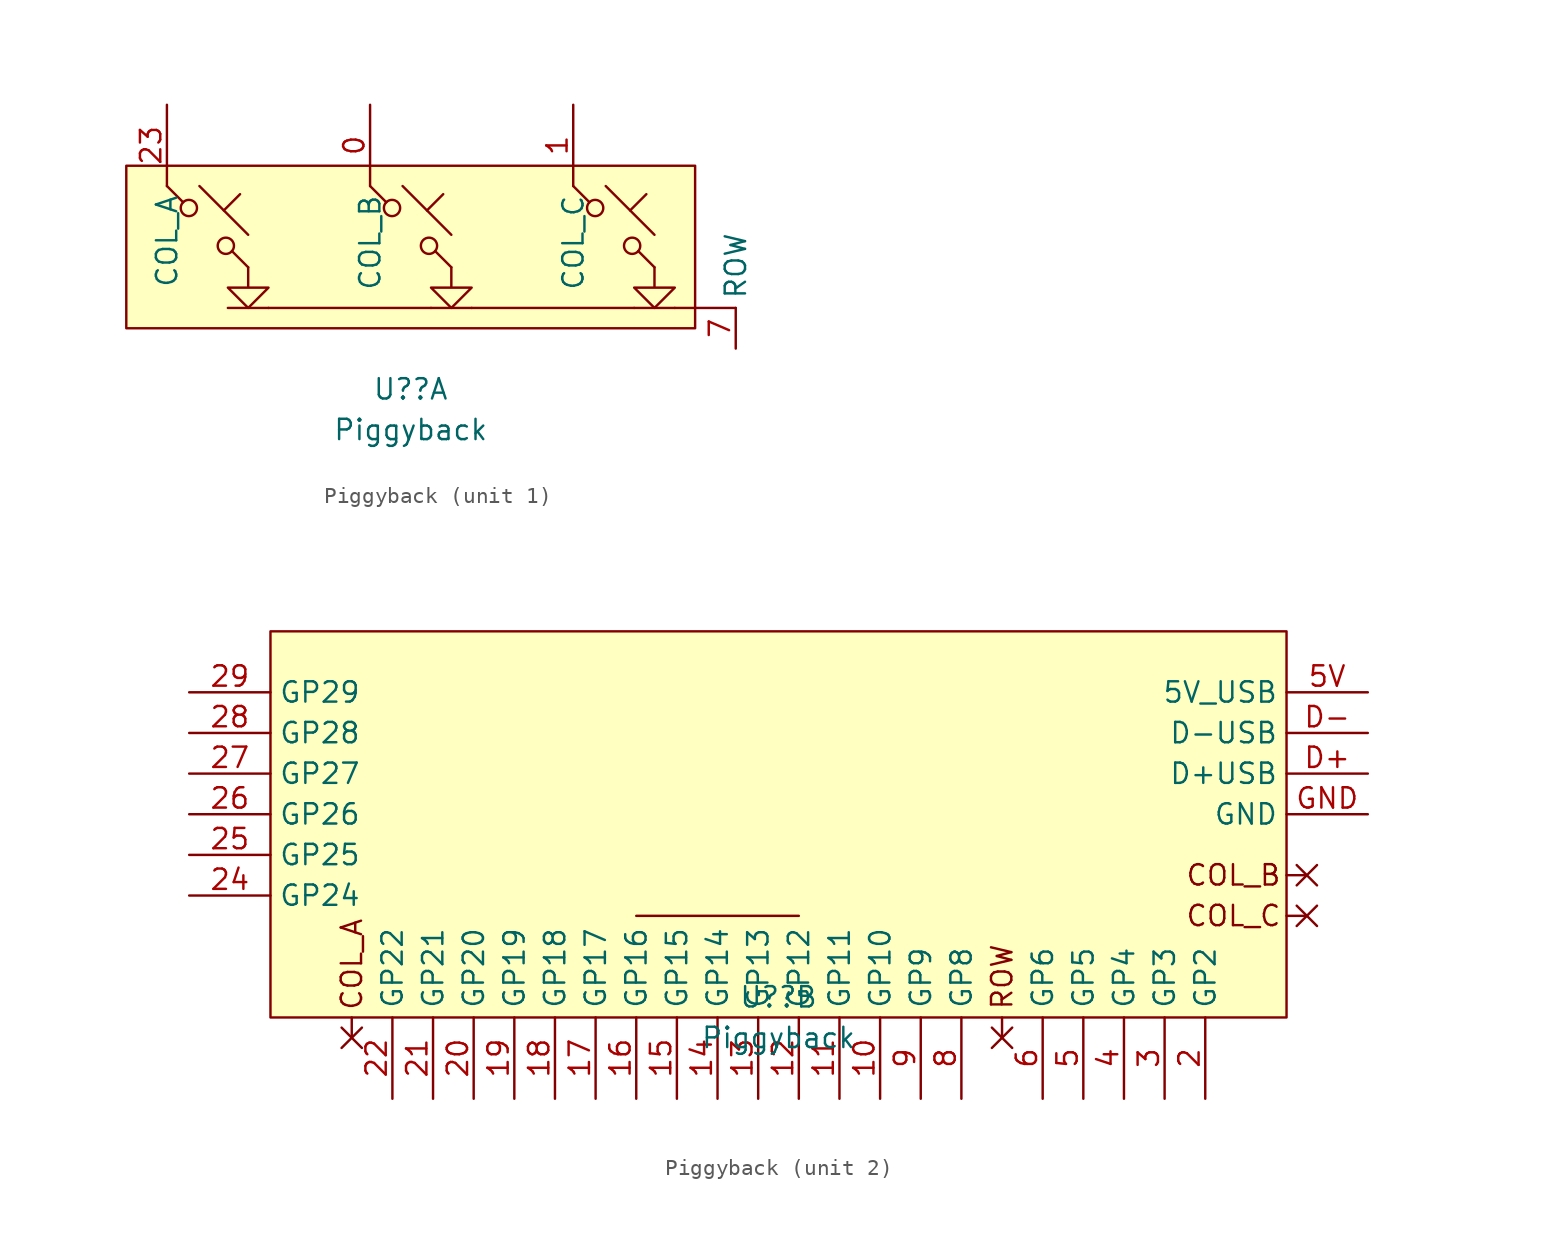
<source format=kicad_sym>
(kicad_symbol_lib
  (version 20211014)
  (generator kicad_symbol_editor)
  (symbol "Piggyback"
    (property "Reference" "U?"
      (at 0 -10.16 0)
      (effects (font (size 1.27 1.27))))
    (property "Value" "Piggyback"
      (at 0 -12.7 0)
      (effects (font (size 1.27 1.27))))
    (property "ki_locked" ""
      (at 0 0 0)
      (effects (font (size 1.27 1.27))))
    (symbol "Piggyback_0_1"
      (polyline (pts (xy -8.89 -5.08) (xy 1.27 -5.08)) (stroke (width 0) (type default) (color 0 0 0 0)) (fill (type none))))
    (symbol "Piggyback_1_1"
      (rectangle (start -17.78 3.81) (end 17.78 -6.35) (stroke (width 0) (type default) (color 0 0 0 0)) (fill (type background)))
      (circle (center -13.868 1.168) (radius 0.508) (stroke (width 0) (type default) (color 0 0 0 0)) (fill (type none)))
      (circle (center -11.557 -1.194) (radius 0.508) (stroke (width 0) (type default) (color 0 0 0 0)) (fill (type none)))
      (circle (center -1.168 1.168) (radius 0.508) (stroke (width 0) (type default) (color 0 0 0 0)) (fill (type none)))
      (polyline (pts (xy -13.208 2.54) (xy -10.16 -0.508)) (stroke (width 0) (type default) (color 0 0 0 0)) (fill (type none)))
      (polyline (pts (xy -11.684 1.016) (xy -10.668 2.032)) (stroke (width 0) (type default) (color 0 0 0 0)) (fill (type none)))
      (polyline (pts (xy -11.43 -5.08) (xy -8.89 -5.08)) (stroke (width 0) (type default) (color 0 0 0 0)) (fill (type none)))
      (polyline (pts (xy -0.508 2.54) (xy 2.54 -0.508)) (stroke (width 0) (type default) (color 0 0 0 0)) (fill (type none)))
      (polyline (pts (xy 1.016 1.016) (xy 2.032 2.032)) (stroke (width 0) (type default) (color 0 0 0 0)) (fill (type none)))
      (polyline (pts (xy 1.27 -5.08) (xy 3.81 -5.08)) (stroke (width 0) (type default) (color 0 0 0 0)) (fill (type none)))
      (polyline (pts (xy 3.81 -5.08) (xy 13.97 -5.08)) (stroke (width 0) (type default) (color 0 0 0 0)) (fill (type none)))
      (polyline (pts (xy 12.192 2.54) (xy 15.24 -0.508)) (stroke (width 0) (type default) (color 0 0 0 0)) (fill (type none)))
      (polyline (pts (xy 13.716 1.016) (xy 14.732 2.032)) (stroke (width 0) (type default) (color 0 0 0 0)) (fill (type none)))
      (polyline (pts (xy 13.97 -5.08) (xy 16.51 -5.08)) (stroke (width 0) (type default) (color 0 0 0 0)) (fill (type none)))
      (polyline (pts (xy 16.51 -5.08) (xy 17.78 -5.08)) (stroke (width 0) (type default) (color 0 0 0 0)) (fill (type none)))
      (polyline (pts (xy 20.32 -5.08) (xy 17.78 -5.08)) (stroke (width 0) (type default) (color 0 0 0 0)) (fill (type none)))
      (polyline (pts (xy -15.24 2.54) (xy -14.224 1.524) (xy -14.224 1.524)) (stroke (width 0) (type default) (color 0 0 0 0)) (fill (type none)))
      (polyline (pts (xy -2.54 2.54) (xy -1.524 1.524) (xy -1.524 1.524)) (stroke (width 0) (type default) (color 0 0 0 0)) (fill (type none)))
      (polyline (pts (xy 10.16 2.54) (xy 11.176 1.524) (xy 11.176 1.524)) (stroke (width 0) (type default) (color 0 0 0 0)) (fill (type none)))
      (polyline (pts (xy -11.176 -1.524) (xy -10.16 -2.54) (xy -10.16 -2.54) (xy -10.16 -2.54)) (stroke (width 0) (type default) (color 0 0 0 0)) (fill (type none)))
      (polyline (pts (xy 1.524 -1.524) (xy 2.54 -2.54) (xy 2.54 -2.54) (xy 2.54 -2.54)) (stroke (width 0) (type default) (color 0 0 0 0)) (fill (type none)))
      (polyline (pts (xy 14.224 -1.524) (xy 15.24 -2.54) (xy 15.24 -2.54) (xy 15.24 -2.54)) (stroke (width 0) (type default) (color 0 0 0 0)) (fill (type none)))
      (polyline (pts (xy -10.16 -2.54) (xy -10.16 -3.81) (xy -11.43 -3.81) (xy -10.16 -5.08) (xy -8.89 -3.81) (xy -10.16 -3.81)) (stroke (width 0) (type default) (color 0 0 0 0)) (fill (type none)))
      (polyline (pts (xy 2.54 -2.54) (xy 2.54 -3.81) (xy 1.27 -3.81) (xy 2.54 -5.08) (xy 3.81 -3.81) (xy 2.54 -3.81)) (stroke (width 0) (type default) (color 0 0 0 0)) (fill (type none)))
      (polyline (pts (xy 15.24 -2.54) (xy 15.24 -3.81) (xy 13.97 -3.81) (xy 15.24 -5.08) (xy 16.51 -3.81) (xy 15.24 -3.81)) (stroke (width 0) (type default) (color 0 0 0 0)) (fill (type none)))
      (circle (center 1.143 -1.194) (radius 0.508) (stroke (width 0) (type default) (color 0 0 0 0)) (fill (type none)))
      (circle (center 11.532 1.168) (radius 0.508) (stroke (width 0) (type default) (color 0 0 0 0)) (fill (type none)))
      (circle (center 13.843 -1.194) (radius 0.508) (stroke (width 0) (type default) (color 0 0 0 0)) (fill (type none)))
      (pin bidirectional line (at -2.54 7.62 270) (length 5.08) (name "COL_B" (effects (font (size 1.27 1.27)))) (number "0" (effects (font (size 1.27 1.27)))))
      (pin bidirectional line (at 10.16 7.62 270) (length 5.08) (name "COL_C" (effects (font (size 1.27 1.27)))) (number "1" (effects (font (size 1.27 1.27)))))
      (pin bidirectional line (at -15.24 7.62 270) (length 5.08) (name "COL_A" (effects (font (size 1.27 1.27)))) (number "23" (effects (font (size 1.27 1.27)))))
      (pin bidirectional line (at 20.32 -7.62 90) (length 2.54) (name "ROW" (effects (font (size 1.27 1.27)))) (number "7" (effects (font (size 1.27 1.27))))))
    (symbol "Piggyback_2_0"
      (polyline (pts (xy -27.305 -13.335) (xy -26.035 -12.065)) (stroke (width 0) (type default) (color 0 0 0 0)) (fill (type none)))
      (polyline (pts (xy -27.305 -12.065) (xy -26.035 -13.335)) (stroke (width 0) (type default) (color 0 0 0 0)) (fill (type none)))
      (polyline (pts (xy -26.67 -11.43) (xy -26.67 -12.7)) (stroke (width 0) (type default) (color 0 0 0 0)) (fill (type none)))
      (polyline (pts (xy 13.335 -13.335) (xy 14.605 -12.065)) (stroke (width 0) (type default) (color 0 0 0 0)) (fill (type none)))
      (polyline (pts (xy 13.335 -12.065) (xy 14.605 -13.335)) (stroke (width 0) (type default) (color 0 0 0 0)) (fill (type none)))
      (polyline (pts (xy 13.97 -12.7) (xy 13.97 -11.43)) (stroke (width 0) (type default) (color 0 0 0 0)) (fill (type none)))
      (polyline (pts (xy 31.75 -5.08) (xy 33.02 -5.08)) (stroke (width 0) (type default) (color 0 0 0 0)) (fill (type background)))
      (polyline (pts (xy 31.75 -2.54) (xy 33.02 -2.54)) (stroke (width 0) (type default) (color 0 0 0 0)) (fill (type none)))
      (polyline (pts (xy 32.385 -5.715) (xy 33.655 -4.445)) (stroke (width 0) (type default) (color 0 0 0 0)) (fill (type none)))
      (polyline (pts (xy 32.385 -4.445) (xy 33.655 -5.715)) (stroke (width 0) (type default) (color 0 0 0 0)) (fill (type none)))
      (polyline (pts (xy 32.385 -3.175) (xy 33.655 -1.905)) (stroke (width 0) (type default) (color 0 0 0 0)) (fill (type none)))
      (polyline (pts (xy 32.385 -1.905) (xy 33.655 -3.175)) (stroke (width 0) (type default) (color 0 0 0 0)) (fill (type none)))
      (text "COL_A " (at -26.67 -7.62 900) (effects (font (size 1.27 1.27))))
      (text "COL_B" (at 25.4 -2.54 0) (effects (font (size 1.27 1.27)) (justify left)))
      (text "COL_C" (at 25.4 -5.08 0) (effects (font (size 1.27 1.27)) (justify left)))
      (text "ROW" (at 13.97 -8.89 900) (effects (font (size 1.27 1.27)))))
    (symbol "Piggyback_2_1"
      (rectangle (start -31.75 12.7) (end 31.75 -11.43) (stroke (width 0) (type default) (color 0 0 0 0)) (fill (type background)))
      (pin bidirectional line (at 6.35 -16.51 90) (length 5.08) (name "GP10" (effects (font (size 1.27 1.27)))) (number "10" (effects (font (size 1.27 1.27)))))
      (pin bidirectional line (at 3.81 -16.51 90) (length 5.08) (name "GP11" (effects (font (size 1.27 1.27)))) (number "11" (effects (font (size 1.27 1.27)))))
      (pin bidirectional line (at 1.27 -16.51 90) (length 5.08) (name "GP12" (effects (font (size 1.27 1.27)))) (number "12" (effects (font (size 1.27 1.27)))))
      (pin bidirectional line (at -1.27 -16.51 90) (length 5.08) (name "GP13" (effects (font (size 1.27 1.27)))) (number "13" (effects (font (size 1.27 1.27)))))
      (pin bidirectional line (at -3.81 -16.51 90) (length 5.08) (name "GP14" (effects (font (size 1.27 1.27)))) (number "14" (effects (font (size 1.27 1.27)))))
      (pin bidirectional line (at -6.35 -16.51 90) (length 5.08) (name "GP15" (effects (font (size 1.27 1.27)))) (number "15" (effects (font (size 1.27 1.27)))))
      (pin bidirectional line (at -8.89 -16.51 90) (length 5.08) (name "GP16" (effects (font (size 1.27 1.27)))) (number "16" (effects (font (size 1.27 1.27)))))
      (pin bidirectional line (at -11.43 -16.51 90) (length 5.08) (name "GP17" (effects (font (size 1.27 1.27)))) (number "17" (effects (font (size 1.27 1.27)))))
      (pin bidirectional line (at -13.97 -16.51 90) (length 5.08) (name "GP18" (effects (font (size 1.27 1.27)))) (number "18" (effects (font (size 1.27 1.27)))))
      (pin bidirectional line (at -16.51 -16.51 90) (length 5.08) (name "GP19" (effects (font (size 1.27 1.27)))) (number "19" (effects (font (size 1.27 1.27)))))
      (pin bidirectional line (at 26.67 -16.51 90) (length 5.08) (name "GP2" (effects (font (size 1.27 1.27)))) (number "2" (effects (font (size 1.27 1.27)))))
      (pin bidirectional line (at -19.05 -16.51 90) (length 5.08) (name "GP20" (effects (font (size 1.27 1.27)))) (number "20" (effects (font (size 1.27 1.27)))))
      (pin bidirectional line (at -21.59 -16.51 90) (length 5.08) (name "GP21" (effects (font (size 1.27 1.27)))) (number "21" (effects (font (size 1.27 1.27)))))
      (pin bidirectional line (at -24.13 -16.51 90) (length 5.08) (name "GP22" (effects (font (size 1.27 1.27)))) (number "22" (effects (font (size 1.27 1.27)))))
      (pin bidirectional line (at -36.83 -3.81 0) (length 5.08) (name "GP24" (effects (font (size 1.27 1.27)))) (number "24" (effects (font (size 1.27 1.27)))))
      (pin bidirectional line (at -36.83 -1.27 0) (length 5.08) (name "GP25" (effects (font (size 1.27 1.27)))) (number "25" (effects (font (size 1.27 1.27)))))
      (pin bidirectional line (at -36.83 1.27 0) (length 5.08) (name "GP26" (effects (font (size 1.27 1.27)))) (number "26" (effects (font (size 1.27 1.27)))))
      (pin bidirectional line (at -36.83 3.81 0) (length 5.08) (name "GP27" (effects (font (size 1.27 1.27)))) (number "27" (effects (font (size 1.27 1.27)))))
      (pin bidirectional line (at -36.83 6.35 0) (length 5.08) (name "GP28" (effects (font (size 1.27 1.27)))) (number "28" (effects (font (size 1.27 1.27)))))
      (pin bidirectional line (at -36.83 8.89 0) (length 5.08) (name "GP29" (effects (font (size 1.27 1.27)))) (number "29" (effects (font (size 1.27 1.27)))))
      (pin bidirectional line (at 24.13 -16.51 90) (length 5.08) (name "GP3" (effects (font (size 1.27 1.27)))) (number "3" (effects (font (size 1.27 1.27)))))
      (pin bidirectional line (at 21.59 -16.51 90) (length 5.08) (name "GP4" (effects (font (size 1.27 1.27)))) (number "4" (effects (font (size 1.27 1.27)))))
      (pin bidirectional line (at 19.05 -16.51 90) (length 5.08) (name "GP5" (effects (font (size 1.27 1.27)))) (number "5" (effects (font (size 1.27 1.27)))))
      (pin bidirectional line (at 36.83 8.89 180) (length 5.08) (name "5V_USB" (effects (font (size 1.27 1.27)))) (number "5V" (effects (font (size 1.27 1.27)))))
      (pin bidirectional line (at 16.51 -16.51 90) (length 5.08) (name "GP6" (effects (font (size 1.27 1.27)))) (number "6" (effects (font (size 1.27 1.27)))))
      (pin bidirectional line (at 11.43 -16.51 90) (length 5.08) (name "GP8" (effects (font (size 1.27 1.27)))) (number "8" (effects (font (size 1.27 1.27)))))
      (pin bidirectional line (at 8.89 -16.51 90) (length 5.08) (name "GP9" (effects (font (size 1.27 1.27)))) (number "9" (effects (font (size 1.27 1.27)))))
      (pin bidirectional line (at 36.83 3.81 180) (length 5.08) (name "D+USB" (effects (font (size 1.27 1.27)))) (number "D+" (effects (font (size 1.27 1.27)))))
      (pin bidirectional line (at 36.83 6.35 180) (length 5.08) (name "D-USB" (effects (font (size 1.27 1.27)))) (number "D-" (effects (font (size 1.27 1.27)))))
      (pin bidirectional line (at 36.83 1.27 180) (length 5.08) (name "GND" (effects (font (size 1.27 1.27)))) (number "GND" (effects (font (size 1.27 1.27))))))))
</source>
